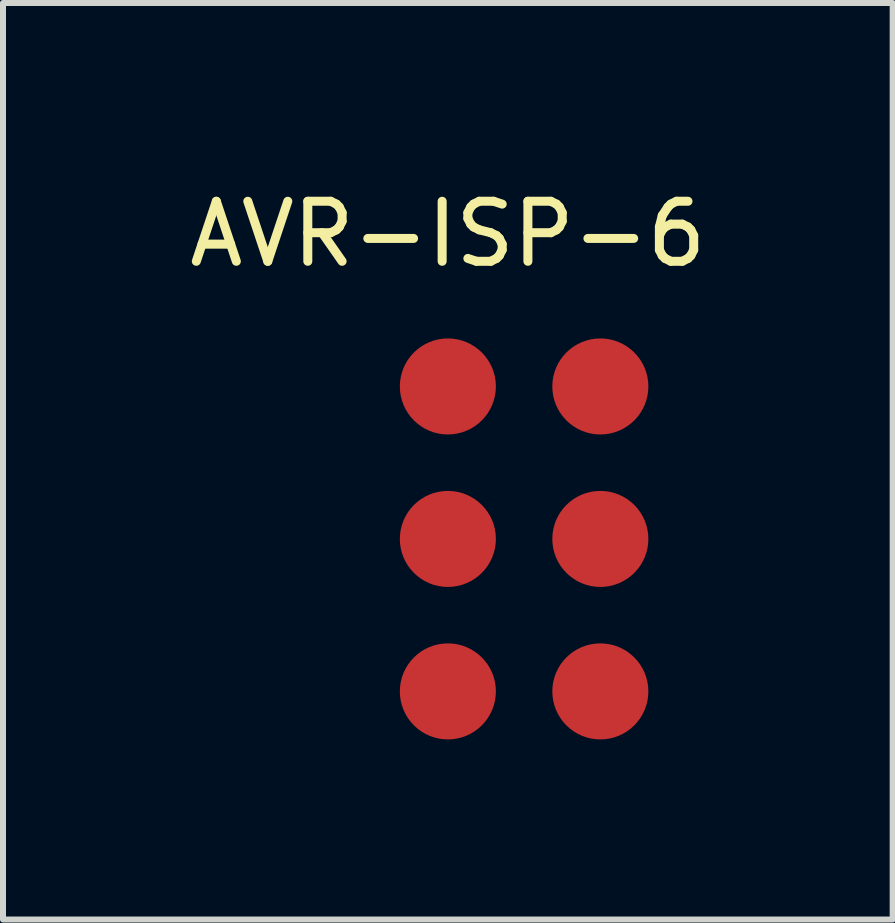
<source format=kicad_pcb>
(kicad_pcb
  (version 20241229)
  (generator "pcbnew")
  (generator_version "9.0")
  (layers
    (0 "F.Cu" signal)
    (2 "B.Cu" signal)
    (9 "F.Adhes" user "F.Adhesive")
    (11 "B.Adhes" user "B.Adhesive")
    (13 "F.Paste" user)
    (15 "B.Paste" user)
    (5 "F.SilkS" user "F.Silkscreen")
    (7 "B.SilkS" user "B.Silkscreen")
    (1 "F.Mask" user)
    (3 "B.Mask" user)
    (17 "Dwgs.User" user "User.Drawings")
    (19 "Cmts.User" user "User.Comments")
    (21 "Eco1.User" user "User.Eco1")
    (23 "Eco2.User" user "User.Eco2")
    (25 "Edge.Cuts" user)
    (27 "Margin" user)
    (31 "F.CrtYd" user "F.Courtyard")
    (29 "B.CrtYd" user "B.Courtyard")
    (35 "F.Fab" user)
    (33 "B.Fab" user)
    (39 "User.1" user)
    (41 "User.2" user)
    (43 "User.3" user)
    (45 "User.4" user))
  (footprint "AVR-ISP-6"
    (layer "F.Cu")
    (at 4.411 3.388)
    (property "Reference" "AVR-ISP-6" (at 0 -2.54 0) (layer "F.SilkS") (effects (font (size 1 1) (thickness 0.15))))
    (attr through_hole)
    (pad "1" smd oval (at 0 0) (size 1.6 1.6) (layers "F.Cu" "F.Mask" "F.Paste"))
    (pad "2" smd oval (at 2.54 0) (size 1.6 1.6) (layers "F.Cu" "F.Mask" "F.Paste"))
    (pad "3" smd oval (at 0 2.54) (size 1.6 1.6) (layers "F.Cu" "F.Mask" "F.Paste"))
    (pad "4" smd oval (at 2.54 2.54) (size 1.6 1.6) (layers "F.Cu" "F.Mask" "F.Paste"))
    (pad "5" smd oval (at 0 5.08) (size 1.6 1.6) (layers "F.Cu" "F.Mask" "F.Paste"))
    (pad "6" smd oval (at 2.54 5.08) (size 1.6 1.6) (layers "F.Cu" "F.Mask" "F.Paste")))
  (gr_rect
    (start -3 -3)
    (end 11.821 12.268)
    (stroke (width 0.1) (type default))
    (fill no)
    (layer "Edge.Cuts")))
</source>
